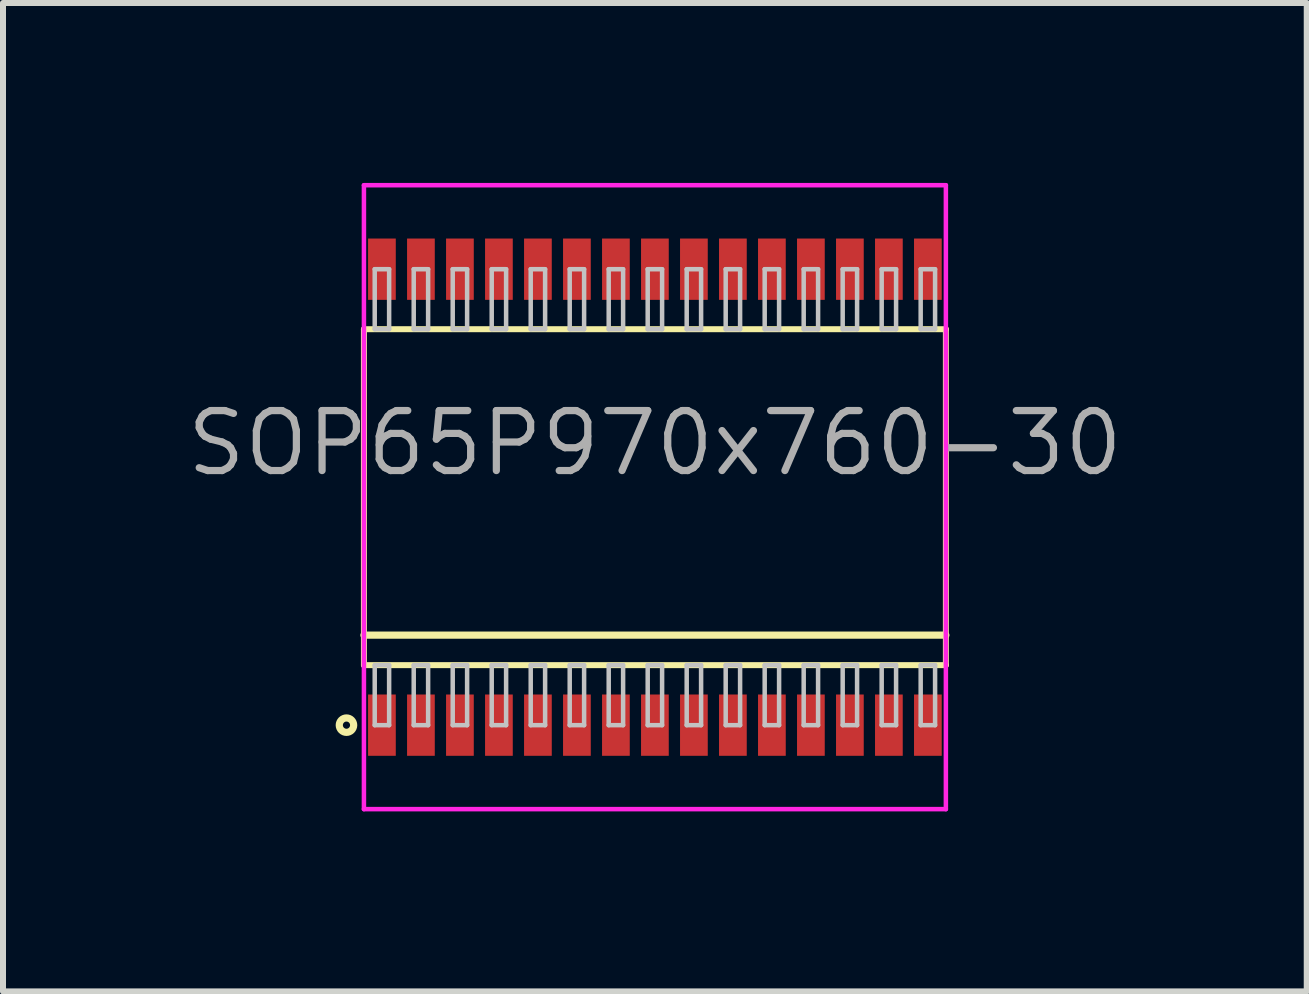
<source format=kicad_pcb>
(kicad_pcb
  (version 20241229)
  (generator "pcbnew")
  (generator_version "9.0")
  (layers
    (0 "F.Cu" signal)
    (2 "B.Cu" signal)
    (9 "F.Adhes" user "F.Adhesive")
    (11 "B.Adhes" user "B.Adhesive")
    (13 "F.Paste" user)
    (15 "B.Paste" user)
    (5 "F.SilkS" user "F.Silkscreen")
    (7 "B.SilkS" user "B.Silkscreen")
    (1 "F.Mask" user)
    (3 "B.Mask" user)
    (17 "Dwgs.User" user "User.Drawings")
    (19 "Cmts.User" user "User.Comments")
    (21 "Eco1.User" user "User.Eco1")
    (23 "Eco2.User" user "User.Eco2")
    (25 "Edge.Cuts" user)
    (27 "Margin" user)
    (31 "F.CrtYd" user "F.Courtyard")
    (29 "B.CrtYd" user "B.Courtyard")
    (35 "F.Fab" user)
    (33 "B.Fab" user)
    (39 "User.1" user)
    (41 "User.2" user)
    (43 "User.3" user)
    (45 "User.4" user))
  (footprint "SOP65P970x760-30"
    (layer "F.Cu")
    (at 7.866 5.237)
    (property "Reference" "SOP65P970x760-30" (at 0 -0.9 0) (layer "F.Fab") (effects (font (size 1 1) (thickness 0.12))))
    (attr through_hole)
    (fp_line (start -4.85 -2.8) (end -4.85 2.8) (stroke (width 0.1) (type solid)) (layer "F.SilkS"))
    (fp_line (start -4.85 2.3) (end 4.85 2.3) (stroke (width 0.12) (type solid)) (layer "F.SilkS"))
    (fp_line (start -4.85 2.8) (end 4.85 2.8) (stroke (width 0.1) (type solid)) (layer "F.SilkS"))
    (fp_line (start 4.85 -2.8) (end -4.85 -2.8) (stroke (width 0.1) (type solid)) (layer "F.SilkS"))
    (fp_line (start 4.85 2.8) (end 4.85 -2.8) (stroke (width 0.1) (type solid)) (layer "F.SilkS"))
    (fp_circle (center -5.141 3.8) (end -5.021 3.8) (stroke (width 0.12) (type solid)) (fill no) (layer "F.SilkS"))
    (fp_line (start -4.67 -3.8) (end -4.67 -2.8) (stroke (width 0.075) (type solid)) (layer "Dwgs.User"))
    (fp_line (start -4.67 -2.8) (end -4.43 -2.8) (stroke (width 0.075) (type solid)) (layer "Dwgs.User"))
    (fp_line (start -4.67 2.8) (end -4.43 2.8) (stroke (width 0.075) (type solid)) (layer "Dwgs.User"))
    (fp_line (start -4.67 3.8) (end -4.67 2.8) (stroke (width 0.075) (type solid)) (layer "Dwgs.User"))
    (fp_line (start -4.43 -3.8) (end -4.67 -3.8) (stroke (width 0.075) (type solid)) (layer "Dwgs.User"))
    (fp_line (start -4.43 -2.8) (end -4.43 -3.8) (stroke (width 0.075) (type solid)) (layer "Dwgs.User"))
    (fp_line (start -4.43 2.8) (end -4.43 3.8) (stroke (width 0.075) (type solid)) (layer "Dwgs.User"))
    (fp_line (start -4.43 3.8) (end -4.67 3.8) (stroke (width 0.075) (type solid)) (layer "Dwgs.User"))
    (fp_line (start -4.02 -3.8) (end -4.02 -2.8) (stroke (width 0.075) (type solid)) (layer "Dwgs.User"))
    (fp_line (start -4.02 -2.8) (end -3.78 -2.8) (stroke (width 0.075) (type solid)) (layer "Dwgs.User"))
    (fp_line (start -4.02 2.8) (end -3.78 2.8) (stroke (width 0.075) (type solid)) (layer "Dwgs.User"))
    (fp_line (start -4.02 3.8) (end -4.02 2.8) (stroke (width 0.075) (type solid)) (layer "Dwgs.User"))
    (fp_line (start -3.78 -3.8) (end -4.02 -3.8) (stroke (width 0.075) (type solid)) (layer "Dwgs.User"))
    (fp_line (start -3.78 -2.8) (end -3.78 -3.8) (stroke (width 0.075) (type solid)) (layer "Dwgs.User"))
    (fp_line (start -3.78 2.8) (end -3.78 3.8) (stroke (width 0.075) (type solid)) (layer "Dwgs.User"))
    (fp_line (start -3.78 3.8) (end -4.02 3.8) (stroke (width 0.075) (type solid)) (layer "Dwgs.User"))
    (fp_line (start -3.37 -3.8) (end -3.37 -2.8) (stroke (width 0.075) (type solid)) (layer "Dwgs.User"))
    (fp_line (start -3.37 -2.8) (end -3.13 -2.8) (stroke (width 0.075) (type solid)) (layer "Dwgs.User"))
    (fp_line (start -3.37 2.8) (end -3.13 2.8) (stroke (width 0.075) (type solid)) (layer "Dwgs.User"))
    (fp_line (start -3.37 3.8) (end -3.37 2.8) (stroke (width 0.075) (type solid)) (layer "Dwgs.User"))
    (fp_line (start -3.13 -3.8) (end -3.37 -3.8) (stroke (width 0.075) (type solid)) (layer "Dwgs.User"))
    (fp_line (start -3.13 -2.8) (end -3.13 -3.8) (stroke (width 0.075) (type solid)) (layer "Dwgs.User"))
    (fp_line (start -3.13 2.8) (end -3.13 3.8) (stroke (width 0.075) (type solid)) (layer "Dwgs.User"))
    (fp_line (start -3.13 3.8) (end -3.37 3.8) (stroke (width 0.075) (type solid)) (layer "Dwgs.User"))
    (fp_line (start -2.72 -3.8) (end -2.72 -2.8) (stroke (width 0.075) (type solid)) (layer "Dwgs.User"))
    (fp_line (start -2.72 -2.8) (end -2.48 -2.8) (stroke (width 0.075) (type solid)) (layer "Dwgs.User"))
    (fp_line (start -2.72 2.8) (end -2.48 2.8) (stroke (width 0.075) (type solid)) (layer "Dwgs.User"))
    (fp_line (start -2.72 3.8) (end -2.72 2.8) (stroke (width 0.075) (type solid)) (layer "Dwgs.User"))
    (fp_line (start -2.48 -3.8) (end -2.72 -3.8) (stroke (width 0.075) (type solid)) (layer "Dwgs.User"))
    (fp_line (start -2.48 -2.8) (end -2.48 -3.8) (stroke (width 0.075) (type solid)) (layer "Dwgs.User"))
    (fp_line (start -2.48 2.8) (end -2.48 3.8) (stroke (width 0.075) (type solid)) (layer "Dwgs.User"))
    (fp_line (start -2.48 3.8) (end -2.72 3.8) (stroke (width 0.075) (type solid)) (layer "Dwgs.User"))
    (fp_line (start -2.07 -3.8) (end -2.07 -2.8) (stroke (width 0.075) (type solid)) (layer "Dwgs.User"))
    (fp_line (start -2.07 -2.8) (end -1.83 -2.8) (stroke (width 0.075) (type solid)) (layer "Dwgs.User"))
    (fp_line (start -2.07 2.8) (end -1.83 2.8) (stroke (width 0.075) (type solid)) (layer "Dwgs.User"))
    (fp_line (start -2.07 3.8) (end -2.07 2.8) (stroke (width 0.075) (type solid)) (layer "Dwgs.User"))
    (fp_line (start -1.83 -3.8) (end -2.07 -3.8) (stroke (width 0.075) (type solid)) (layer "Dwgs.User"))
    (fp_line (start -1.83 -2.8) (end -1.83 -3.8) (stroke (width 0.075) (type solid)) (layer "Dwgs.User"))
    (fp_line (start -1.83 2.8) (end -1.83 3.8) (stroke (width 0.075) (type solid)) (layer "Dwgs.User"))
    (fp_line (start -1.83 3.8) (end -2.07 3.8) (stroke (width 0.075) (type solid)) (layer "Dwgs.User"))
    (fp_line (start -1.42 -3.8) (end -1.42 -2.8) (stroke (width 0.075) (type solid)) (layer "Dwgs.User"))
    (fp_line (start -1.42 -2.8) (end -1.18 -2.8) (stroke (width 0.075) (type solid)) (layer "Dwgs.User"))
    (fp_line (start -1.42 2.8) (end -1.18 2.8) (stroke (width 0.075) (type solid)) (layer "Dwgs.User"))
    (fp_line (start -1.42 3.8) (end -1.42 2.8) (stroke (width 0.075) (type solid)) (layer "Dwgs.User"))
    (fp_line (start -1.18 -3.8) (end -1.42 -3.8) (stroke (width 0.075) (type solid)) (layer "Dwgs.User"))
    (fp_line (start -1.18 -2.8) (end -1.18 -3.8) (stroke (width 0.075) (type solid)) (layer "Dwgs.User"))
    (fp_line (start -1.18 2.8) (end -1.18 3.8) (stroke (width 0.075) (type solid)) (layer "Dwgs.User"))
    (fp_line (start -1.18 3.8) (end -1.42 3.8) (stroke (width 0.075) (type solid)) (layer "Dwgs.User"))
    (fp_line (start -0.77 -3.8) (end -0.77 -2.8) (stroke (width 0.075) (type solid)) (layer "Dwgs.User"))
    (fp_line (start -0.77 -2.8) (end -0.53 -2.8) (stroke (width 0.075) (type solid)) (layer "Dwgs.User"))
    (fp_line (start -0.77 2.8) (end -0.53 2.8) (stroke (width 0.075) (type solid)) (layer "Dwgs.User"))
    (fp_line (start -0.77 3.8) (end -0.77 2.8) (stroke (width 0.075) (type solid)) (layer "Dwgs.User"))
    (fp_line (start -0.53 -3.8) (end -0.77 -3.8) (stroke (width 0.075) (type solid)) (layer "Dwgs.User"))
    (fp_line (start -0.53 -2.8) (end -0.53 -3.8) (stroke (width 0.075) (type solid)) (layer "Dwgs.User"))
    (fp_line (start -0.53 2.8) (end -0.53 3.8) (stroke (width 0.075) (type solid)) (layer "Dwgs.User"))
    (fp_line (start -0.53 3.8) (end -0.77 3.8) (stroke (width 0.075) (type solid)) (layer "Dwgs.User"))
    (fp_line (start -0.12 -3.8) (end -0.12 -2.8) (stroke (width 0.075) (type solid)) (layer "Dwgs.User"))
    (fp_line (start -0.12 -2.8) (end 0.12 -2.8) (stroke (width 0.075) (type solid)) (layer "Dwgs.User"))
    (fp_line (start -0.12 2.8) (end 0.12 2.8) (stroke (width 0.075) (type solid)) (layer "Dwgs.User"))
    (fp_line (start -0.12 3.8) (end -0.12 2.8) (stroke (width 0.075) (type solid)) (layer "Dwgs.User"))
    (fp_line (start 0.12 -3.8) (end -0.12 -3.8) (stroke (width 0.075) (type solid)) (layer "Dwgs.User"))
    (fp_line (start 0.12 -2.8) (end 0.12 -3.8) (stroke (width 0.075) (type solid)) (layer "Dwgs.User"))
    (fp_line (start 0.12 2.8) (end 0.12 3.8) (stroke (width 0.075) (type solid)) (layer "Dwgs.User"))
    (fp_line (start 0.12 3.8) (end -0.12 3.8) (stroke (width 0.075) (type solid)) (layer "Dwgs.User"))
    (fp_line (start 0.53 -3.8) (end 0.53 -2.8) (stroke (width 0.075) (type solid)) (layer "Dwgs.User"))
    (fp_line (start 0.53 -2.8) (end 0.77 -2.8) (stroke (width 0.075) (type solid)) (layer "Dwgs.User"))
    (fp_line (start 0.53 2.8) (end 0.77 2.8) (stroke (width 0.075) (type solid)) (layer "Dwgs.User"))
    (fp_line (start 0.53 3.8) (end 0.53 2.8) (stroke (width 0.075) (type solid)) (layer "Dwgs.User"))
    (fp_line (start 0.77 -3.8) (end 0.53 -3.8) (stroke (width 0.075) (type solid)) (layer "Dwgs.User"))
    (fp_line (start 0.77 -2.8) (end 0.77 -3.8) (stroke (width 0.075) (type solid)) (layer "Dwgs.User"))
    (fp_line (start 0.77 2.8) (end 0.77 3.8) (stroke (width 0.075) (type solid)) (layer "Dwgs.User"))
    (fp_line (start 0.77 3.8) (end 0.53 3.8) (stroke (width 0.075) (type solid)) (layer "Dwgs.User"))
    (fp_line (start 1.18 -3.8) (end 1.18 -2.8) (stroke (width 0.075) (type solid)) (layer "Dwgs.User"))
    (fp_line (start 1.18 -2.8) (end 1.42 -2.8) (stroke (width 0.075) (type solid)) (layer "Dwgs.User"))
    (fp_line (start 1.18 2.8) (end 1.42 2.8) (stroke (width 0.075) (type solid)) (layer "Dwgs.User"))
    (fp_line (start 1.18 3.8) (end 1.18 2.8) (stroke (width 0.075) (type solid)) (layer "Dwgs.User"))
    (fp_line (start 1.42 -3.8) (end 1.18 -3.8) (stroke (width 0.075) (type solid)) (layer "Dwgs.User"))
    (fp_line (start 1.42 -2.8) (end 1.42 -3.8) (stroke (width 0.075) (type solid)) (layer "Dwgs.User"))
    (fp_line (start 1.42 2.8) (end 1.42 3.8) (stroke (width 0.075) (type solid)) (layer "Dwgs.User"))
    (fp_line (start 1.42 3.8) (end 1.18 3.8) (stroke (width 0.075) (type solid)) (layer "Dwgs.User"))
    (fp_line (start 1.83 -3.8) (end 1.83 -2.8) (stroke (width 0.075) (type solid)) (layer "Dwgs.User"))
    (fp_line (start 1.83 -2.8) (end 2.07 -2.8) (stroke (width 0.075) (type solid)) (layer "Dwgs.User"))
    (fp_line (start 1.83 2.8) (end 2.07 2.8) (stroke (width 0.075) (type solid)) (layer "Dwgs.User"))
    (fp_line (start 1.83 3.8) (end 1.83 2.8) (stroke (width 0.075) (type solid)) (layer "Dwgs.User"))
    (fp_line (start 2.07 -3.8) (end 1.83 -3.8) (stroke (width 0.075) (type solid)) (layer "Dwgs.User"))
    (fp_line (start 2.07 -2.8) (end 2.07 -3.8) (stroke (width 0.075) (type solid)) (layer "Dwgs.User"))
    (fp_line (start 2.07 2.8) (end 2.07 3.8) (stroke (width 0.075) (type solid)) (layer "Dwgs.User"))
    (fp_line (start 2.07 3.8) (end 1.83 3.8) (stroke (width 0.075) (type solid)) (layer "Dwgs.User"))
    (fp_line (start 2.48 -3.8) (end 2.48 -2.8) (stroke (width 0.075) (type solid)) (layer "Dwgs.User"))
    (fp_line (start 2.48 -2.8) (end 2.72 -2.8) (stroke (width 0.075) (type solid)) (layer "Dwgs.User"))
    (fp_line (start 2.48 2.8) (end 2.72 2.8) (stroke (width 0.075) (type solid)) (layer "Dwgs.User"))
    (fp_line (start 2.48 3.8) (end 2.48 2.8) (stroke (width 0.075) (type solid)) (layer "Dwgs.User"))
    (fp_line (start 2.72 -3.8) (end 2.48 -3.8) (stroke (width 0.075) (type solid)) (layer "Dwgs.User"))
    (fp_line (start 2.72 -2.8) (end 2.72 -3.8) (stroke (width 0.075) (type solid)) (layer "Dwgs.User"))
    (fp_line (start 2.72 2.8) (end 2.72 3.8) (stroke (width 0.075) (type solid)) (layer "Dwgs.User"))
    (fp_line (start 2.72 3.8) (end 2.48 3.8) (stroke (width 0.075) (type solid)) (layer "Dwgs.User"))
    (fp_line (start 3.13 -3.8) (end 3.13 -2.8) (stroke (width 0.075) (type solid)) (layer "Dwgs.User"))
    (fp_line (start 3.13 -2.8) (end 3.37 -2.8) (stroke (width 0.075) (type solid)) (layer "Dwgs.User"))
    (fp_line (start 3.13 2.8) (end 3.37 2.8) (stroke (width 0.075) (type solid)) (layer "Dwgs.User"))
    (fp_line (start 3.13 3.8) (end 3.13 2.8) (stroke (width 0.075) (type solid)) (layer "Dwgs.User"))
    (fp_line (start 3.37 -3.8) (end 3.13 -3.8) (stroke (width 0.075) (type solid)) (layer "Dwgs.User"))
    (fp_line (start 3.37 -2.8) (end 3.37 -3.8) (stroke (width 0.075) (type solid)) (layer "Dwgs.User"))
    (fp_line (start 3.37 2.8) (end 3.37 3.8) (stroke (width 0.075) (type solid)) (layer "Dwgs.User"))
    (fp_line (start 3.37 3.8) (end 3.13 3.8) (stroke (width 0.075) (type solid)) (layer "Dwgs.User"))
    (fp_line (start 3.78 -3.8) (end 3.78 -2.8) (stroke (width 0.075) (type solid)) (layer "Dwgs.User"))
    (fp_line (start 3.78 -2.8) (end 4.02 -2.8) (stroke (width 0.075) (type solid)) (layer "Dwgs.User"))
    (fp_line (start 3.78 2.8) (end 4.02 2.8) (stroke (width 0.075) (type solid)) (layer "Dwgs.User"))
    (fp_line (start 3.78 3.8) (end 3.78 2.8) (stroke (width 0.075) (type solid)) (layer "Dwgs.User"))
    (fp_line (start 4.02 -3.8) (end 3.78 -3.8) (stroke (width 0.075) (type solid)) (layer "Dwgs.User"))
    (fp_line (start 4.02 -2.8) (end 4.02 -3.8) (stroke (width 0.075) (type solid)) (layer "Dwgs.User"))
    (fp_line (start 4.02 2.8) (end 4.02 3.8) (stroke (width 0.075) (type solid)) (layer "Dwgs.User"))
    (fp_line (start 4.02 3.8) (end 3.78 3.8) (stroke (width 0.075) (type solid)) (layer "Dwgs.User"))
    (fp_line (start 4.43 -3.8) (end 4.43 -2.8) (stroke (width 0.075) (type solid)) (layer "Dwgs.User"))
    (fp_line (start 4.43 -2.8) (end 4.67 -2.8) (stroke (width 0.075) (type solid)) (layer "Dwgs.User"))
    (fp_line (start 4.43 2.8) (end 4.67 2.8) (stroke (width 0.075) (type solid)) (layer "Dwgs.User"))
    (fp_line (start 4.43 3.8) (end 4.43 2.8) (stroke (width 0.075) (type solid)) (layer "Dwgs.User"))
    (fp_line (start 4.67 -3.8) (end 4.43 -3.8) (stroke (width 0.075) (type solid)) (layer "Dwgs.User"))
    (fp_line (start 4.67 -2.8) (end 4.67 -3.8) (stroke (width 0.075) (type solid)) (layer "Dwgs.User"))
    (fp_line (start 4.67 2.8) (end 4.67 3.8) (stroke (width 0.075) (type solid)) (layer "Dwgs.User"))
    (fp_line (start 4.67 3.8) (end 4.43 3.8) (stroke (width 0.075) (type solid)) (layer "Dwgs.User"))
    (fp_line (start -0.75 0) (end 0.75 0) (stroke (width 0.12) (type solid)) (layer "Eco1.User"))
    (fp_line (start 0 -0.75) (end 0 0.75) (stroke (width 0.12) (type solid)) (layer "Eco1.User"))
    (fp_circle (center 0 0) (end 0.5 0) (stroke (width 0.12) (type solid)) (fill no) (layer "Eco1.User"))
    (fp_line (start -4.85 -5.2) (end -4.85 5.2) (stroke (width 0.075) (type solid)) (layer "F.CrtYd"))
    (fp_line (start -4.85 5.2) (end 4.85 5.2) (stroke (width 0.075) (type solid)) (layer "F.CrtYd"))
    (fp_line (start 4.85 -5.2) (end -4.85 -5.2) (stroke (width 0.075) (type solid)) (layer "F.CrtYd"))
    (fp_line (start 4.85 5.2) (end 4.85 -5.2) (stroke (width 0.075) (type solid)) (layer "F.CrtYd"))
    (pad "1" smd rect (at -4.55 3.8) (size 0.462 1.022) (layers "F.Cu" "F.Mask" "F.Paste"))
    (pad "2" smd rect (at -3.9 3.8) (size 0.462 1.022) (layers "F.Cu" "F.Mask" "F.Paste"))
    (pad "3" smd rect (at -3.25 3.8) (size 0.462 1.022) (layers "F.Cu" "F.Mask" "F.Paste"))
    (pad "4" smd rect (at -2.6 3.8) (size 0.462 1.022) (layers "F.Cu" "F.Mask" "F.Paste"))
    (pad "5" smd rect (at -1.95 3.8) (size 0.462 1.022) (layers "F.Cu" "F.Mask" "F.Paste"))
    (pad "6" smd rect (at -1.3 3.8) (size 0.462 1.022) (layers "F.Cu" "F.Mask" "F.Paste"))
    (pad "7" smd rect (at -0.65 3.8) (size 0.462 1.022) (layers "F.Cu" "F.Mask" "F.Paste"))
    (pad "8" smd rect (at 0 3.8) (size 0.462 1.022) (layers "F.Cu" "F.Mask" "F.Paste"))
    (pad "9" smd rect (at 0.65 3.8) (size 0.462 1.022) (layers "F.Cu" "F.Mask" "F.Paste"))
    (pad "10" smd rect (at 1.3 3.8) (size 0.462 1.022) (layers "F.Cu" "F.Mask" "F.Paste"))
    (pad "11" smd rect (at 1.95 3.8) (size 0.462 1.022) (layers "F.Cu" "F.Mask" "F.Paste"))
    (pad "12" smd rect (at 2.6 3.8) (size 0.462 1.022) (layers "F.Cu" "F.Mask" "F.Paste"))
    (pad "13" smd rect (at 3.25 3.8) (size 0.462 1.022) (layers "F.Cu" "F.Mask" "F.Paste"))
    (pad "14" smd rect (at 3.9 3.8) (size 0.462 1.022) (layers "F.Cu" "F.Mask" "F.Paste"))
    (pad "15" smd rect (at 4.55 3.8) (size 0.462 1.022) (layers "F.Cu" "F.Mask" "F.Paste"))
    (pad "16" smd rect (at 4.55 -3.8) (size 0.462 1.022) (layers "F.Cu" "F.Mask" "F.Paste"))
    (pad "17" smd rect (at 3.9 -3.8) (size 0.462 1.022) (layers "F.Cu" "F.Mask" "F.Paste"))
    (pad "18" smd rect (at 3.25 -3.8) (size 0.462 1.022) (layers "F.Cu" "F.Mask" "F.Paste"))
    (pad "19" smd rect (at 2.6 -3.8) (size 0.462 1.022) (layers "F.Cu" "F.Mask" "F.Paste"))
    (pad "20" smd rect (at 1.95 -3.8) (size 0.462 1.022) (layers "F.Cu" "F.Mask" "F.Paste"))
    (pad "21" smd rect (at 1.3 -3.8) (size 0.462 1.022) (layers "F.Cu" "F.Mask" "F.Paste"))
    (pad "22" smd rect (at 0.65 -3.8) (size 0.462 1.022) (layers "F.Cu" "F.Mask" "F.Paste"))
    (pad "23" smd rect (at 0 -3.8) (size 0.462 1.022) (layers "F.Cu" "F.Mask" "F.Paste"))
    (pad "24" smd rect (at -0.65 -3.8) (size 0.462 1.022) (layers "F.Cu" "F.Mask" "F.Paste"))
    (pad "25" smd rect (at -1.3 -3.8) (size 0.462 1.022) (layers "F.Cu" "F.Mask" "F.Paste"))
    (pad "26" smd rect (at -1.95 -3.8) (size 0.462 1.022) (layers "F.Cu" "F.Mask" "F.Paste"))
    (pad "27" smd rect (at -2.6 -3.8) (size 0.462 1.022) (layers "F.Cu" "F.Mask" "F.Paste"))
    (pad "28" smd rect (at -3.25 -3.8) (size 0.462 1.022) (layers "F.Cu" "F.Mask" "F.Paste"))
    (pad "29" smd rect (at -3.9 -3.8) (size 0.462 1.022) (layers "F.Cu" "F.Mask" "F.Paste"))
    (pad "30" smd rect (at -4.55 -3.8) (size 0.462 1.022) (layers "F.Cu" "F.Mask" "F.Paste")))
  (gr_rect
    (start -3 -3)
    (end 18.731 13.475)
    (stroke (width 0.1) (type default))
    (fill no)
    (layer "Edge.Cuts")))
</source>
